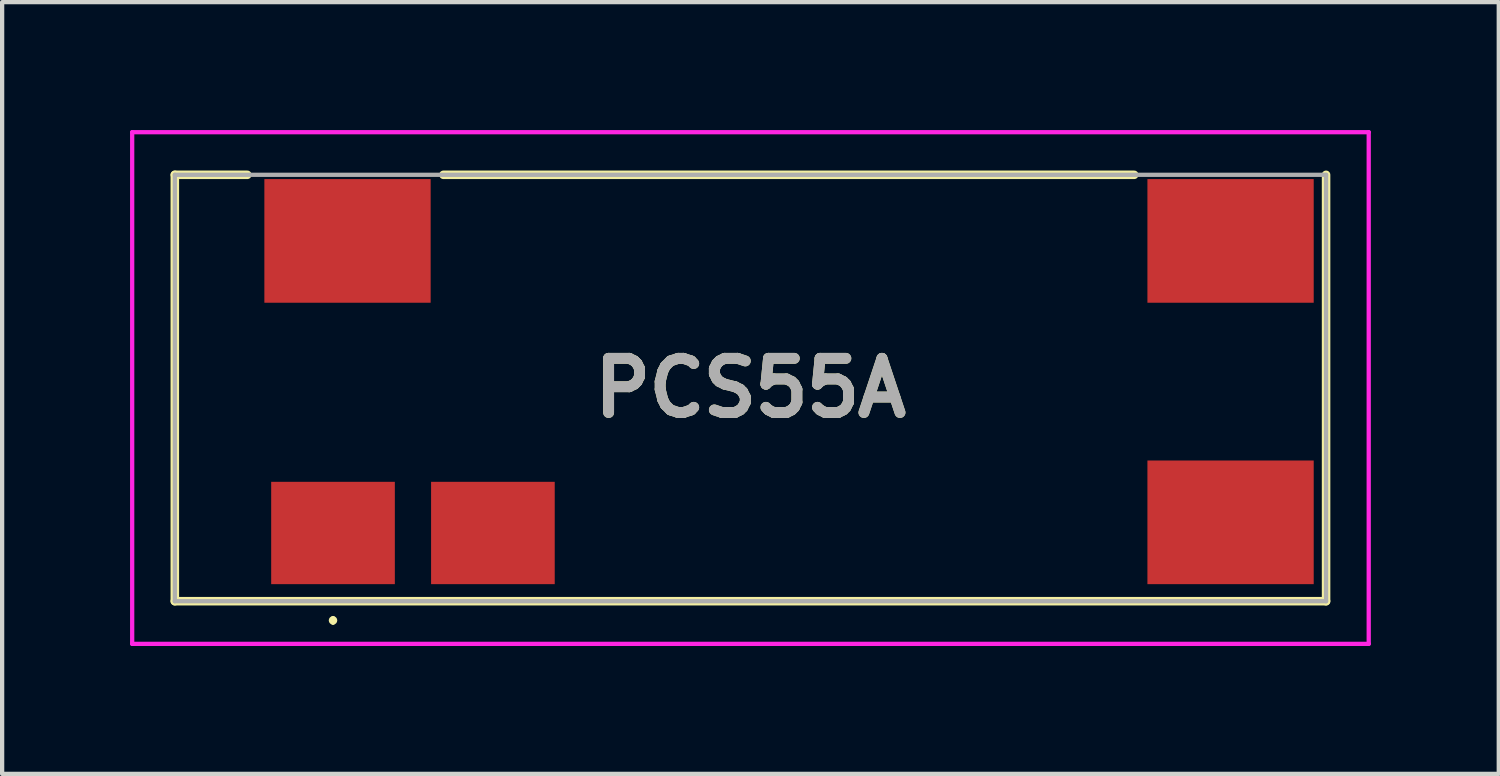
<source format=kicad_pcb>
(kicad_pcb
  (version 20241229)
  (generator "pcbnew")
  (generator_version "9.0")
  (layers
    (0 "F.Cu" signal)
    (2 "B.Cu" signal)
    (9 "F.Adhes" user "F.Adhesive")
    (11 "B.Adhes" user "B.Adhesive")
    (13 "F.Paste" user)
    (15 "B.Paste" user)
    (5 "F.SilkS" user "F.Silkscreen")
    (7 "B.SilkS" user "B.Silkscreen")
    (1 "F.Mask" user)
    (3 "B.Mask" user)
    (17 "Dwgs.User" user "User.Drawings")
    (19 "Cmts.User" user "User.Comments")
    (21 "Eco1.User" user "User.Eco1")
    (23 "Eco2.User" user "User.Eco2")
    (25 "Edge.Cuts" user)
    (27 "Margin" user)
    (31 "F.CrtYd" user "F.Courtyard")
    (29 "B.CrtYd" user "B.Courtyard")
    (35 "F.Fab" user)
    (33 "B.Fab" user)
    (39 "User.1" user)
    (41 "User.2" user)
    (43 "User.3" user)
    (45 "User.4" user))
  (footprint "PCS55A"
    (layer "F.Cu")
    (at 14.55 6.05)
    (property "Reference" "PCS55A" (at 0 0 0) (layer "F.SilkS") (effects (font (size 1.27 1.27) (thickness 0.254))))
    (attr smd)
    (fp_line (start -13.5 -5) (end -13.5 5) (stroke (width 0.2) (type solid)) (layer "F.SilkS"))
    (fp_line (start -13.5 5) (end 13.5 5) (stroke (width 0.2) (type solid)) (layer "F.SilkS"))
    (fp_line (start -11.8 -5) (end -13.5 -5) (stroke (width 0.2) (type solid)) (layer "F.SilkS"))
    (fp_line (start -9.79 5.4) (end -9.79 5.4) (stroke (width 0.1) (type solid)) (layer "F.SilkS"))
    (fp_line (start -9.79 5.5) (end -9.79 5.5) (stroke (width 0.1) (type solid)) (layer "F.SilkS"))
    (fp_line (start -7.2 -5) (end 9 -5) (stroke (width 0.2) (type solid)) (layer "F.SilkS"))
    (fp_line (start 13.5 5) (end 13.5 -5) (stroke (width 0.2) (type solid)) (layer "F.SilkS"))
    (fp_arc (start -9.79 5.4) (mid -9.74 5.45) (end -9.79 5.5) (stroke (width 0.1) (type solid)) (layer "F.SilkS"))
    (fp_arc (start -9.79 5.5) (mid -9.84 5.45) (end -9.79 5.4) (stroke (width 0.1) (type solid)) (layer "F.SilkS"))
    (fp_line (start -14.5 -6) (end 14.5 -6) (stroke (width 0.1) (type solid)) (layer "F.CrtYd"))
    (fp_line (start -14.5 6) (end -14.5 -6) (stroke (width 0.1) (type solid)) (layer "F.CrtYd"))
    (fp_line (start 14.5 -6) (end 14.5 6) (stroke (width 0.1) (type solid)) (layer "F.CrtYd"))
    (fp_line (start 14.5 6) (end -14.5 6) (stroke (width 0.1) (type solid)) (layer "F.CrtYd"))
    (fp_line (start -13.5 -5) (end 13.5 -5) (stroke (width 0.1) (type solid)) (layer "F.Fab"))
    (fp_line (start -13.5 5) (end -13.5 -5) (stroke (width 0.1) (type solid)) (layer "F.Fab"))
    (fp_line (start 13.5 -5) (end 13.5 5) (stroke (width 0.1) (type solid)) (layer "F.Fab"))
    (fp_line (start 13.5 5) (end -13.5 5) (stroke (width 0.1) (type solid)) (layer "F.Fab"))
    (fp_text user "${REFERENCE}" (at 0 0 0) (layer "F.Fab") (effects (font (size 1.27 1.27) (thickness 0.254))))
    (pad "1" smd rect (at -9.79 3.4 90) (size 2.4 2.9) (layers "F.Cu" "F.Mask" "F.Paste"))
    (pad "2" smd rect (at -6.04 3.4 90) (size 2.4 2.9) (layers "F.Cu" "F.Mask" "F.Paste"))
    (pad "3" smd rect (at 11.26 3.15 90) (size 2.9 3.9) (layers "F.Cu" "F.Mask" "F.Paste"))
    (pad "4" smd rect (at -9.45 -3.45 90) (size 2.9 3.9) (layers "F.Cu" "F.Mask" "F.Paste"))
    (pad "5" smd rect (at 11.26 -3.45 90) (size 2.9 3.9) (layers "F.Cu" "F.Mask" "F.Paste")))
  (gr_rect
    (start -3 -3)
    (end 32.1 15.1)
    (stroke (width 0.1) (type default))
    (fill no)
    (layer "Edge.Cuts")))
</source>
